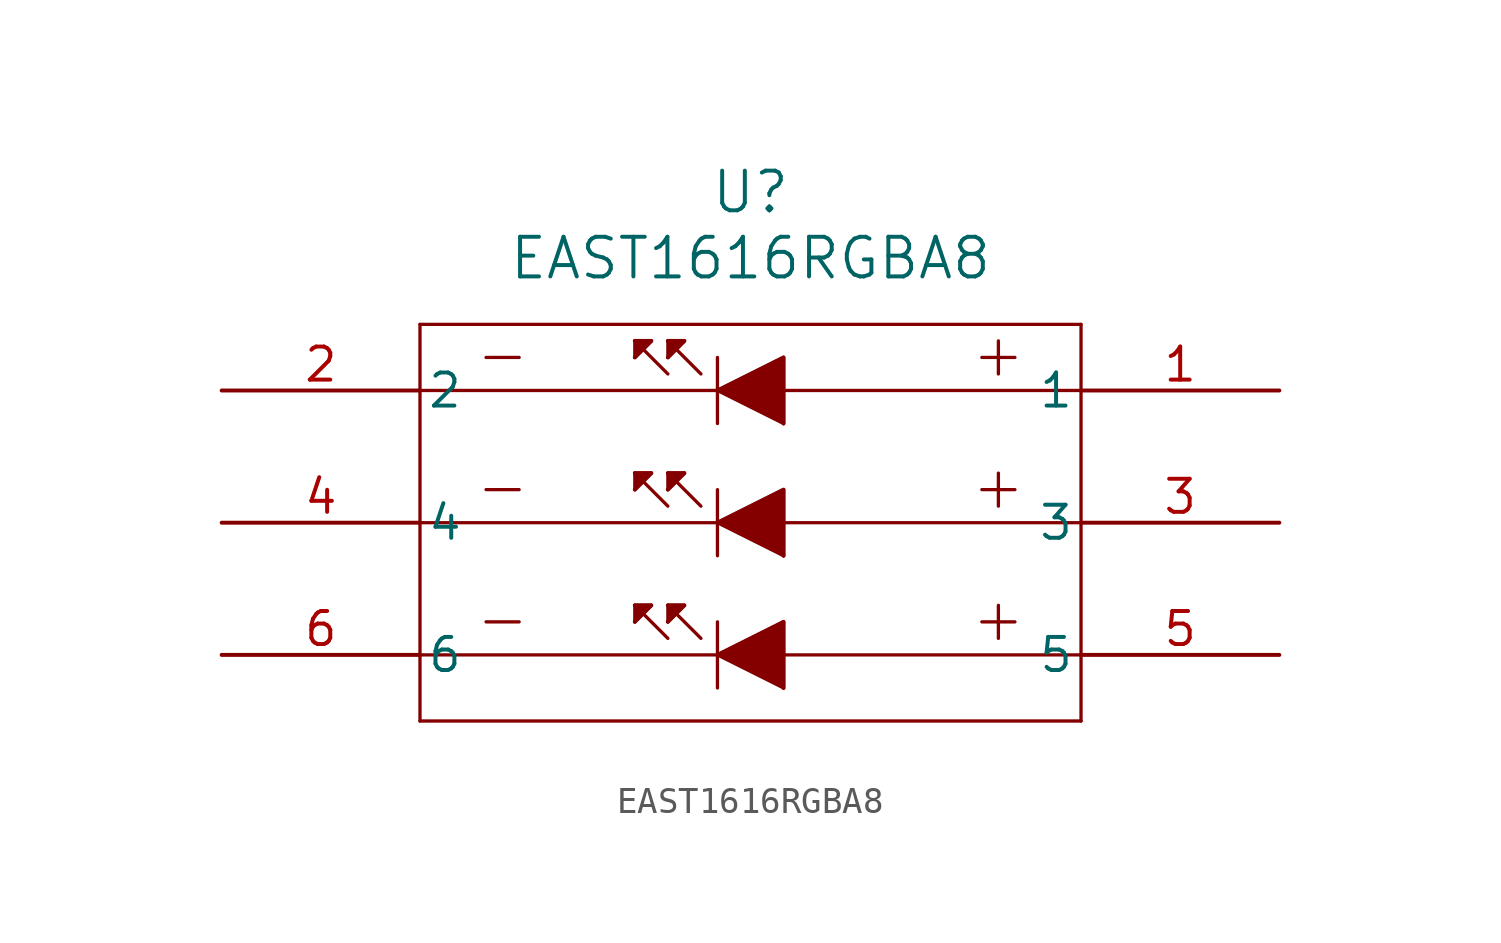
<source format=kicad_sym>
(kicad_symbol_lib
  (version 20211014)
  (generator kicad_symbol_editor)
  (symbol "EAST1616RGBA8"
    (pin_names
      (offset 0.254))
    (property "Reference" "U"
      (at 20.32 7.62 0)
      (effects (font (size 1.524 1.524))))
    (property "Value" "EAST1616RGBA8"
      (at 20.32 5.08 0)
      (effects (font (size 1.524 1.524))))
    (symbol "EAST1616RGBA8_0_1"
      (polyline (pts (xy 7.62 2.54) (xy 7.62 -12.7)) (stroke (width .127) (type default) (color 0 0 0 0)) (fill (type none)))
      (polyline (pts (xy 7.62 -12.7) (xy 33.02 -12.7)) (stroke (width .127) (type default) (color 0 0 0 0)) (fill (type none)))
      (polyline (pts (xy 33.02 -12.7) (xy 33.02 2.54)) (stroke (width .127) (type default) (color 0 0 0 0)) (fill (type none)))
      (polyline (pts (xy 33.02 2.54) (xy 7.62 2.54)) (stroke (width .127) (type default) (color 0 0 0 0)) (fill (type none)))
      (polyline (pts (xy 7.62 0) (xy 33.02 0)) (stroke (width .127) (type default) (color 0 0 0 0)) (fill (type none)))
      (polyline (pts (xy 33.02 -5.08) (xy 7.62 -5.08)) (stroke (width .127) (type default) (color 0 0 0 0)) (fill (type none)))
      (polyline (pts (xy 7.62 -10.16) (xy 33.02 -10.16)) (stroke (width .127) (type default) (color 0 0 0 0)) (fill (type none)))
      (polyline (pts (xy 19.05 0) (xy 21.59 1.27)) (stroke (width .127) (type default) (color 0 0 0 0)) (fill (type none)))
      (polyline (pts (xy 21.59 1.27) (xy 21.59 -1.27)) (stroke (width .127) (type default) (color 0 0 0 0)) (fill (type none)))
      (polyline (pts (xy 21.59 -1.27) (xy 19.05 0)) (stroke (width .127) (type default) (color 0 0 0 0)) (fill (type none)))
      (polyline (pts (xy 19.05 1.27) (xy 19.05 -1.27)) (stroke (width .127) (type default) (color 0 0 0 0)) (fill (type none)))
      (polyline (pts (xy 10.16 1.27) (xy 11.43 1.27)) (stroke (width .127) (type default) (color 0 0 0 0)) (fill (type none)))
      (polyline (pts (xy 10.16 -3.81) (xy 11.43 -3.81)) (stroke (width .127) (type default) (color 0 0 0 0)) (fill (type none)))
      (polyline (pts (xy 10.16 -8.89) (xy 11.43 -8.89)) (stroke (width .127) (type default) (color 0 0 0 0)) (fill (type none)))
      (polyline (pts (xy 30.48 1.27) (xy 29.21 1.27)) (stroke (width .127) (type default) (color 0 0 0 0)) (fill (type none)))
      (polyline (pts (xy 30.48 -3.81) (xy 29.21 -3.81)) (stroke (width .127) (type default) (color 0 0 0 0)) (fill (type none)))
      (polyline (pts (xy 30.48 -8.89) (xy 29.21 -8.89)) (stroke (width .127) (type default) (color 0 0 0 0)) (fill (type none)))
      (polyline (pts (xy 29.845 1.905) (xy 29.845 .635)) (stroke (width .127) (type default) (color 0 0 0 0)) (fill (type none)))
      (polyline (pts (xy 29.845 -3.175) (xy 29.845 -4.445)) (stroke (width .127) (type default) (color 0 0 0 0)) (fill (type none)))
      (polyline (pts (xy 29.845 -8.255) (xy 29.845 -9.525)) (stroke (width .127) (type default) (color 0 0 0 0)) (fill (type none)))
      (polyline (pts (xy 19.05 0) (xy 21.59 1.27) (xy 21.59 -1.27)) (stroke (width 0) (type default) (color 0 0 0 0)) (fill (type outline)))
      (polyline (pts (xy 18.415 .635) (xy 17.145 1.905)) (stroke (width .127) (type default) (color 0 0 0 0)) (fill (type none)))
      (polyline (pts (xy 17.145 .635) (xy 15.875 1.905)) (stroke (width .127) (type default) (color 0 0 0 0)) (fill (type none)))
      (polyline (pts (xy 15.875 1.905) (xy 15.875 1.27)) (stroke (width .127) (type default) (color 0 0 0 0)) (fill (type none)))
      (polyline (pts (xy 15.875 1.27) (xy 16.51 1.905)) (stroke (width .127) (type default) (color 0 0 0 0)) (fill (type none)))
      (polyline (pts (xy 16.51 1.905) (xy 15.875 1.905)) (stroke (width .127) (type default) (color 0 0 0 0)) (fill (type none)))
      (polyline (pts (xy 17.145 1.905) (xy 17.145 1.27)) (stroke (width .127) (type default) (color 0 0 0 0)) (fill (type none)))
      (polyline (pts (xy 17.145 1.27) (xy 17.78 1.905)) (stroke (width .127) (type default) (color 0 0 0 0)) (fill (type none)))
      (polyline (pts (xy 17.78 1.905) (xy 17.145 1.905)) (stroke (width .127) (type default) (color 0 0 0 0)) (fill (type none)))
      (polyline (pts (xy 15.875 1.27) (xy 16.51 1.905) (xy 15.875 1.905)) (stroke (width 0) (type default) (color 0 0 0 0)) (fill (type outline)))
      (polyline (pts (xy 17.145 1.27) (xy 17.78 1.905) (xy 17.145 1.905)) (stroke (width 0) (type default) (color 0 0 0 0)) (fill (type outline)))
      (polyline (pts (xy 19.05 -5.08) (xy 21.59 -3.81)) (stroke (width .127) (type default) (color 0 0 0 0)) (fill (type none)))
      (polyline (pts (xy 21.59 -3.81) (xy 21.59 -6.35)) (stroke (width .127) (type default) (color 0 0 0 0)) (fill (type none)))
      (polyline (pts (xy 21.59 -6.35) (xy 19.05 -5.08)) (stroke (width .127) (type default) (color 0 0 0 0)) (fill (type none)))
      (polyline (pts (xy 19.05 -3.81) (xy 19.05 -6.35)) (stroke (width .127) (type default) (color 0 0 0 0)) (fill (type none)))
      (polyline (pts (xy 18.415 -4.445) (xy 17.145 -3.175)) (stroke (width .127) (type default) (color 0 0 0 0)) (fill (type none)))
      (polyline (pts (xy 17.145 -4.445) (xy 15.875 -3.175)) (stroke (width .127) (type default) (color 0 0 0 0)) (fill (type none)))
      (polyline (pts (xy 15.875 -3.175) (xy 15.875 -3.81)) (stroke (width .127) (type default) (color 0 0 0 0)) (fill (type none)))
      (polyline (pts (xy 15.875 -3.81) (xy 16.51 -3.175)) (stroke (width .127) (type default) (color 0 0 0 0)) (fill (type none)))
      (polyline (pts (xy 16.51 -3.175) (xy 15.875 -3.175)) (stroke (width .127) (type default) (color 0 0 0 0)) (fill (type none)))
      (polyline (pts (xy 17.145 -3.175) (xy 17.145 -3.81)) (stroke (width .127) (type default) (color 0 0 0 0)) (fill (type none)))
      (polyline (pts (xy 17.145 -3.81) (xy 17.78 -3.175)) (stroke (width .127) (type default) (color 0 0 0 0)) (fill (type none)))
      (polyline (pts (xy 17.78 -3.175) (xy 17.145 -3.175)) (stroke (width .127) (type default) (color 0 0 0 0)) (fill (type none)))
      (polyline (pts (xy 19.05 -5.08) (xy 21.59 -3.81) (xy 21.59 -6.35)) (stroke (width 0) (type default) (color 0 0 0 0)) (fill (type outline)))
      (polyline (pts (xy 15.875 -3.81) (xy 16.51 -3.175) (xy 15.875 -3.175)) (stroke (width 0) (type default) (color 0 0 0 0)) (fill (type outline)))
      (polyline (pts (xy 17.145 -3.81) (xy 17.78 -3.175) (xy 17.145 -3.175)) (stroke (width 0) (type default) (color 0 0 0 0)) (fill (type outline)))
      (polyline (pts (xy 19.05 -10.16) (xy 21.59 -8.89)) (stroke (width .127) (type default) (color 0 0 0 0)) (fill (type none)))
      (polyline (pts (xy 21.59 -8.89) (xy 21.59 -11.43)) (stroke (width .127) (type default) (color 0 0 0 0)) (fill (type none)))
      (polyline (pts (xy 21.59 -11.43) (xy 19.05 -10.16)) (stroke (width .127) (type default) (color 0 0 0 0)) (fill (type none)))
      (polyline (pts (xy 19.05 -8.89) (xy 19.05 -11.43)) (stroke (width .127) (type default) (color 0 0 0 0)) (fill (type none)))
      (polyline (pts (xy 18.415 -9.525) (xy 17.145 -8.255)) (stroke (width .127) (type default) (color 0 0 0 0)) (fill (type none)))
      (polyline (pts (xy 17.145 -9.525) (xy 15.875 -8.255)) (stroke (width .127) (type default) (color 0 0 0 0)) (fill (type none)))
      (polyline (pts (xy 15.875 -8.255) (xy 15.875 -8.89)) (stroke (width .127) (type default) (color 0 0 0 0)) (fill (type none)))
      (polyline (pts (xy 15.875 -8.89) (xy 16.51 -8.255)) (stroke (width .127) (type default) (color 0 0 0 0)) (fill (type none)))
      (polyline (pts (xy 16.51 -8.255) (xy 15.875 -8.255)) (stroke (width .127) (type default) (color 0 0 0 0)) (fill (type none)))
      (polyline (pts (xy 17.145 -8.255) (xy 17.145 -8.89)) (stroke (width .127) (type default) (color 0 0 0 0)) (fill (type none)))
      (polyline (pts (xy 17.145 -8.89) (xy 17.78 -8.255)) (stroke (width .127) (type default) (color 0 0 0 0)) (fill (type none)))
      (polyline (pts (xy 17.78 -8.255) (xy 17.145 -8.255)) (stroke (width .127) (type default) (color 0 0 0 0)) (fill (type none)))
      (polyline (pts (xy 19.05 -10.16) (xy 21.59 -8.89) (xy 21.59 -11.43)) (stroke (width 0) (type default) (color 0 0 0 0)) (fill (type outline)))
      (polyline (pts (xy 15.875 -8.89) (xy 16.51 -8.255) (xy 15.875 -8.255)) (stroke (width 0) (type default) (color 0 0 0 0)) (fill (type outline)))
      (polyline (pts (xy 17.145 -8.89) (xy 17.78 -8.255) (xy 17.145 -8.255)) (stroke (width 0) (type default) (color 0 0 0 0)) (fill (type outline)))
      (pin unspecified line (at 40.64 0 180) (length 7.62) (name "1" (effects (font (size 1.27 1.27)))) (number "1" (effects (font (size 1.27 1.27)))))
      (pin unspecified line (at 0 0 0) (length 7.62) (name "2" (effects (font (size 1.27 1.27)))) (number "2" (effects (font (size 1.27 1.27)))))
      (pin unspecified line (at 40.64 -5.08 180) (length 7.62) (name "3" (effects (font (size 1.27 1.27)))) (number "3" (effects (font (size 1.27 1.27)))))
      (pin unspecified line (at 0 -5.08 0) (length 7.62) (name "4" (effects (font (size 1.27 1.27)))) (number "4" (effects (font (size 1.27 1.27)))))
      (pin unspecified line (at 40.64 -10.16 180) (length 7.62) (name "5" (effects (font (size 1.27 1.27)))) (number "5" (effects (font (size 1.27 1.27)))))
      (pin unspecified line (at 0 -10.16 0) (length 7.62) (name "6" (effects (font (size 1.27 1.27)))) (number "6" (effects (font (size 1.27 1.27))))))))
</source>
